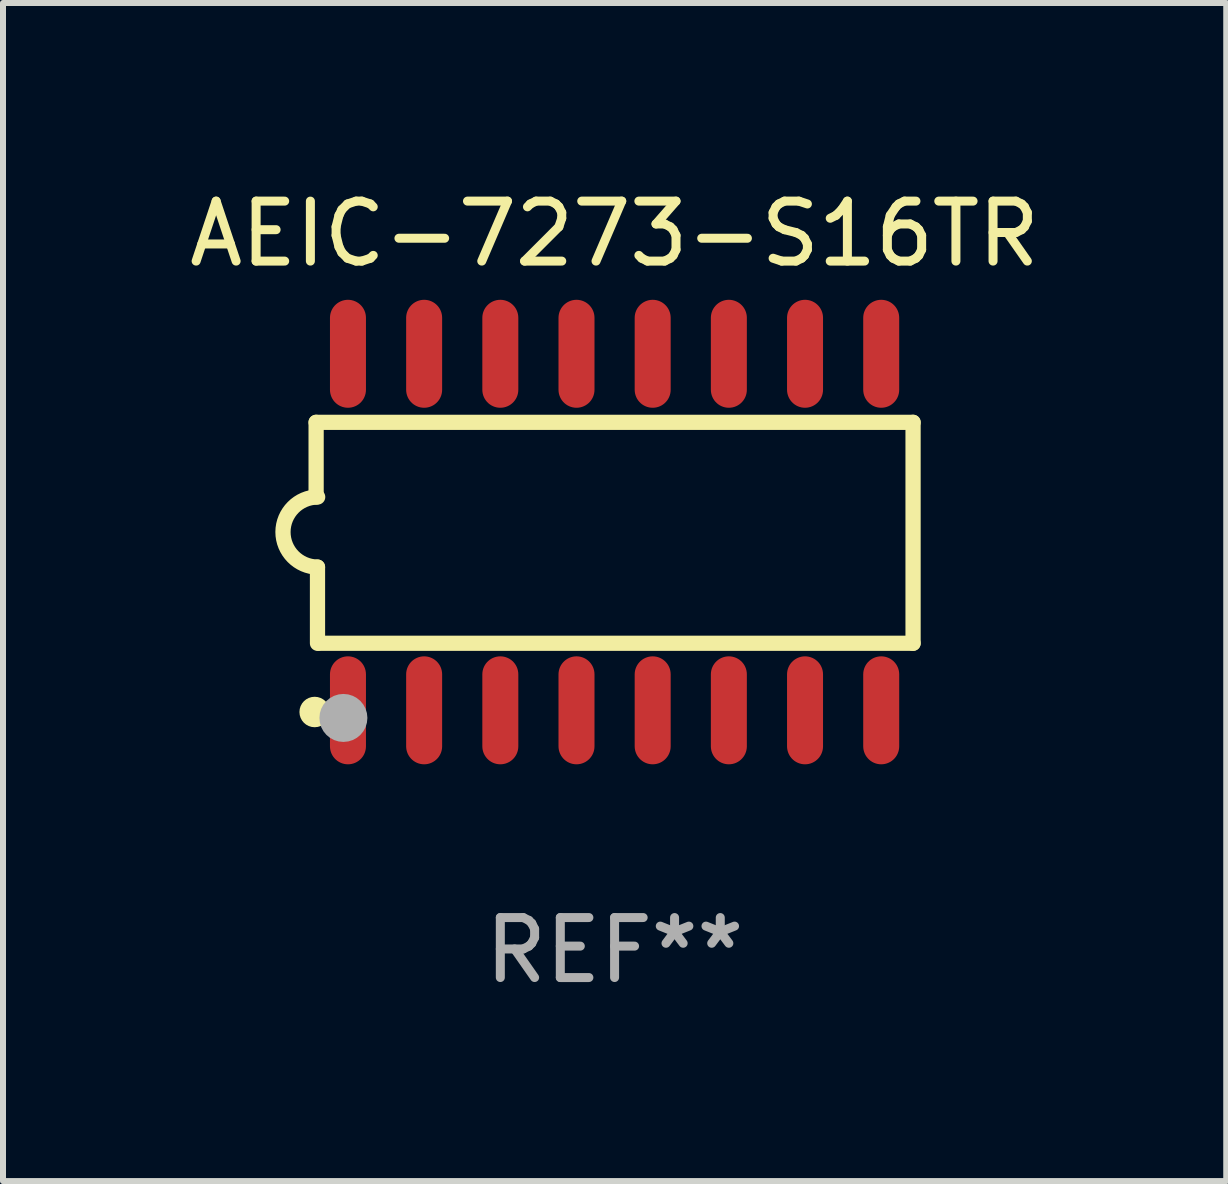
<source format=kicad_pcb>
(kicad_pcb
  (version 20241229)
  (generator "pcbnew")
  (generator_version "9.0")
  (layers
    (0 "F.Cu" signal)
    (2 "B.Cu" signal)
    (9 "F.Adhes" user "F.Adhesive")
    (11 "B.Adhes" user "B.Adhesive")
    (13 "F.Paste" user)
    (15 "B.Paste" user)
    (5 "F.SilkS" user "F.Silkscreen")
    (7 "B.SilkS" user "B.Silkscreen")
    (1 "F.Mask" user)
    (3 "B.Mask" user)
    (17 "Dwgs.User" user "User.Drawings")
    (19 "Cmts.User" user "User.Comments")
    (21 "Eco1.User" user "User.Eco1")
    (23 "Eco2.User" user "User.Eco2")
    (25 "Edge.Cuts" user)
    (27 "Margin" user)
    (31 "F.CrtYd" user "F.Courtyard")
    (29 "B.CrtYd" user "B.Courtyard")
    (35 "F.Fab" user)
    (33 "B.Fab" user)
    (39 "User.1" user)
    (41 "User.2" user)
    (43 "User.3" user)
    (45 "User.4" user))
  (footprint "AEIC-7273-S16TR"
    (layer "F.Cu")
    (at 7.196 5.82)
    (property "Reference" "AEIC-7273-S16TR" (at 0 -4.972 0) (layer "F.SilkS") (effects (font (size 1 1) (thickness 0.15))))
    (attr through_hole)
    (fp_line (start -4.976 -1.829) (end -4.976 -0.584) (stroke (width 0.254) (type solid)) (layer "F.SilkS"))
    (fp_line (start -4.953 0.584) (end -4.953 1.854) (stroke (width 0.254) (type solid)) (layer "F.SilkS"))
    (fp_line (start -4.928 1.854) (end 4.976 1.854) (stroke (width 0.254) (type solid)) (layer "F.SilkS"))
    (fp_line (start 4.976 -1.829) (end -4.976 -1.829) (stroke (width 0.254) (type solid)) (layer "F.SilkS"))
    (fp_line (start 4.976 1.854) (end 4.976 -1.829) (stroke (width 0.254) (type solid)) (layer "F.SilkS"))
    (fp_arc (start -4.95301 0.584201) (mid -5.533866 -0.00152) (end -4.950088 -0.584329) (stroke (width 0.254001) (type solid)) (layer "F.SilkS"))
    (fp_circle (center -5 3) (end -4.873 3) (stroke (width 0.254) (type solid)) (fill no) (layer "F.SilkS"))
    (fp_circle (center -4.521 3.099) (end -4.321 3.099) (stroke (width 0.4) (type solid)) (fill no) (layer "F.Fab"))
    (fp_text user "REF**" (at 0 6.972 0) (layer "F.Fab") (effects (font (size 1 1) (thickness 0.15))))
    (pad "1" smd oval (at -4.445 2.972 180) (size 0.6 1.8) (layers "F.Cu" "F.Mask" "F.Paste"))
    (pad "2" smd oval (at -3.175 2.972 180) (size 0.6 1.8) (layers "F.Cu" "F.Mask" "F.Paste"))
    (pad "3" smd oval (at -1.905 2.972 180) (size 0.6 1.8) (layers "F.Cu" "F.Mask" "F.Paste"))
    (pad "4" smd oval (at -0.635 2.972 180) (size 0.6 1.8) (layers "F.Cu" "F.Mask" "F.Paste"))
    (pad "5" smd oval (at 0.635 2.972 180) (size 0.6 1.8) (layers "F.Cu" "F.Mask" "F.Paste"))
    (pad "6" smd oval (at 1.905 2.972 180) (size 0.6 1.8) (layers "F.Cu" "F.Mask" "F.Paste"))
    (pad "7" smd oval (at 3.175 2.972 180) (size 0.6 1.8) (layers "F.Cu" "F.Mask" "F.Paste"))
    (pad "8" smd oval (at 4.445 2.972 180) (size 0.6 1.8) (layers "F.Cu" "F.Mask" "F.Paste"))
    (pad "9" smd oval (at 4.445 -2.972 180) (size 0.6 1.8) (layers "F.Cu" "F.Mask" "F.Paste"))
    (pad "10" smd oval (at 3.175 -2.972 180) (size 0.6 1.8) (layers "F.Cu" "F.Mask" "F.Paste"))
    (pad "11" smd oval (at 1.905 -2.972 180) (size 0.6 1.8) (layers "F.Cu" "F.Mask" "F.Paste"))
    (pad "12" smd oval (at 0.635 -2.972 180) (size 0.6 1.8) (layers "F.Cu" "F.Mask" "F.Paste"))
    (pad "13" smd oval (at -0.635 -2.972 180) (size 0.6 1.8) (layers "F.Cu" "F.Mask" "F.Paste"))
    (pad "14" smd oval (at -1.905 -2.972 180) (size 0.6 1.8) (layers "F.Cu" "F.Mask" "F.Paste"))
    (pad "15" smd oval (at -3.175 -2.972 180) (size 0.6 1.8) (layers "F.Cu" "F.Mask" "F.Paste"))
    (pad "16" smd oval (at -4.445 -2.972 180) (size 0.6 1.8) (layers "F.Cu" "F.Mask" "F.Paste")))
  (gr_rect
    (start -3 -3)
    (end 17.393 16.64)
    (stroke (width 0.1) (type default))
    (fill no)
    (layer "Edge.Cuts")))
</source>
